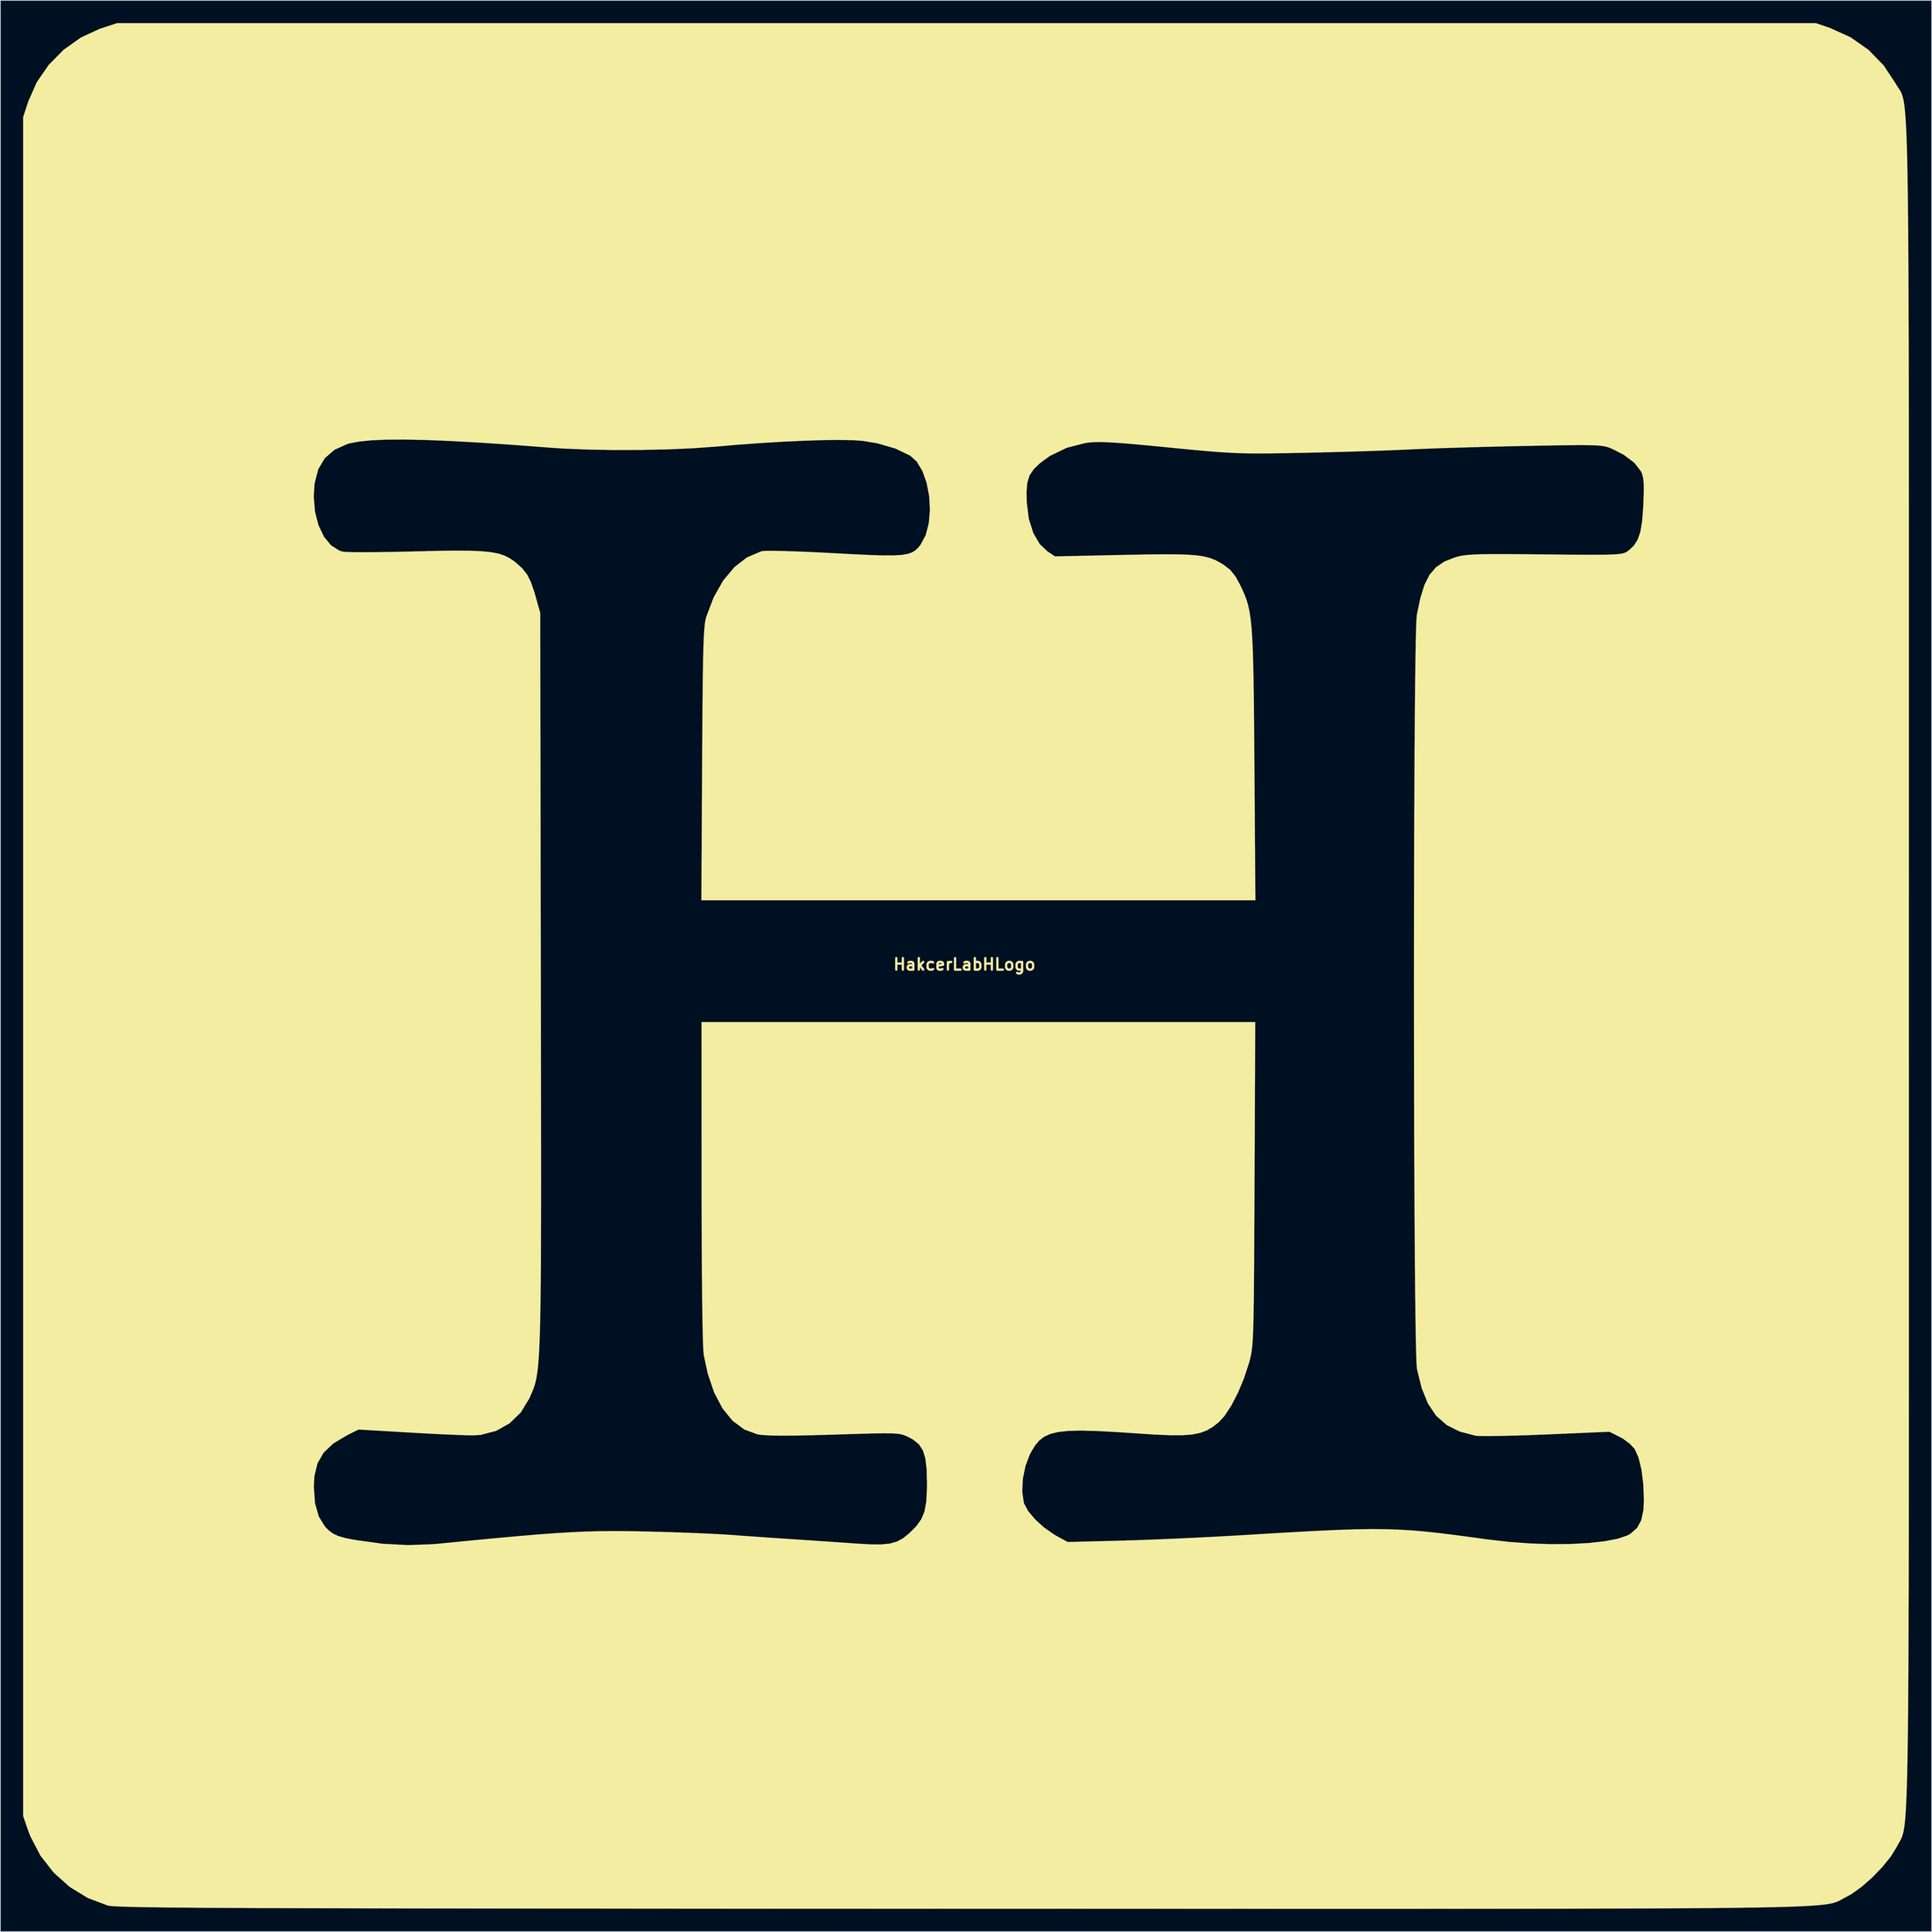
<source format=kicad_pcb>
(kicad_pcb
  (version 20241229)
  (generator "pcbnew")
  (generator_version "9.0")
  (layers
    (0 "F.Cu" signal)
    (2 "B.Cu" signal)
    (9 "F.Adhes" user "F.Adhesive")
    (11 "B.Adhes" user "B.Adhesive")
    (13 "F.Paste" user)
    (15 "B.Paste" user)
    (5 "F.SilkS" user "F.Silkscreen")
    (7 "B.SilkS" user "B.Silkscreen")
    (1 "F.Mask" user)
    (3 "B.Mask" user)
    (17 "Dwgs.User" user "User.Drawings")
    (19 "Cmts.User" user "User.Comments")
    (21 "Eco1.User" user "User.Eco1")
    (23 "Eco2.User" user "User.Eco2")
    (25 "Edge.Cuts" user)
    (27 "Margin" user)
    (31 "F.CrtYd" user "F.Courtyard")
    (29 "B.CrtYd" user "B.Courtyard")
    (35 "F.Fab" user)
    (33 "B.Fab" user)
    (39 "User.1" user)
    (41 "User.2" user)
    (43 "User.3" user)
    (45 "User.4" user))
  (footprint "HakcerLabHLogo"
    (layer "F.Cu")
    (at 124.324 124.324)
    (property "Reference" "HakcerLabHLogo" (at 0 0 0) (layer "F.SilkS") (effects (font (size 1.524 1.524) (thickness 0.3))))
    (attr through_hole)
    (fp_poly (pts (xy 114.354 -123.666) (xy 117.027 -122.456) (xy 119.398 -120.796) (xy 121.409 -118.736) (xy 122.983 -116.356) (xy 123.132 -116.096) (xy 123.271 -115.878) (xy 123.403 -115.685) (xy 123.526 -115.5) (xy 123.641 -115.308) (xy 123.75 -115.09) (xy 123.85 -114.832) (xy 123.944 -114.516) (xy 124.031 -114.126) (xy 124.112 -113.645) (xy 124.186 -113.056) (xy 124.255 -112.344) (xy 124.317 -111.491) (xy 124.374 -110.481) (xy 124.426 -109.298) (xy 124.473 -107.925) (xy 124.515 -106.345) (xy 124.552 -104.542) (xy 124.586 -102.499) (xy 124.615 -100.2) (xy 124.641 -97.628) (xy 124.663 -94.767) (xy 124.681 -91.6) (xy 124.697 -88.11) (xy 124.71 -84.281) (xy 124.721 -80.097) (xy 124.729 -75.541) (xy 124.735 -70.596) (xy 124.74 -65.246) (xy 124.743 -59.474) (xy 124.744 -53.264) (xy 124.745 -46.599) (xy 124.745 -39.463) (xy 124.744 -31.839) (xy 124.744 -23.71) (xy 124.743 -15.06) (xy 124.742 -5.873) (xy 124.742 0.141) (xy 124.742 9.663) (xy 124.743 18.637) (xy 124.744 27.079) (xy 124.744 35.007) (xy 124.744 42.437) (xy 124.744 49.385) (xy 124.743 55.868) (xy 124.74 61.903) (xy 124.737 67.506) (xy 124.732 72.694) (xy 124.725 77.484) (xy 124.716 81.891) (xy 124.705 85.934) (xy 124.692 89.627) (xy 124.676 92.988) (xy 124.657 96.033) (xy 124.635 98.78) (xy 124.609 101.244) (xy 124.58 103.442) (xy 124.547 105.39) (xy 124.511 107.106) (xy 124.469 108.606) (xy 124.424 109.907) (xy 124.374 111.024) (xy 124.318 111.975) (xy 124.258 112.777) (xy 124.192 113.445) (xy 124.121 113.996) (xy 124.043 114.448) (xy 123.96 114.816) (xy 123.87 115.117) (xy 123.774 115.368) (xy 123.671 115.586) (xy 123.561 115.786) (xy 123.443 115.986) (xy 123.319 116.202) (xy 123.186 116.45) (xy 123.133 116.558) (xy 122.362 117.815) (xy 121.238 119.206) (xy 119.901 120.591) (xy 118.49 121.834) (xy 117.144 122.795) (xy 116.509 123.141) (xy 116.238 123.276) (xy 116.007 123.403) (xy 115.798 123.522) (xy 115.596 123.635) (xy 115.383 123.74) (xy 115.143 123.838) (xy 114.859 123.93) (xy 114.516 124.016) (xy 114.095 124.095) (xy 113.581 124.168) (xy 112.957 124.236) (xy 112.207 124.298) (xy 111.313 124.354) (xy 110.26 124.406) (xy 109.031 124.453) (xy 107.608 124.496) (xy 105.976 124.534) (xy 104.118 124.567) (xy 102.017 124.597) (xy 99.657 124.624) (xy 97.02 124.646) (xy 94.092 124.666) (xy 90.854 124.683) (xy 87.291 124.696) (xy 83.385 124.708) (xy 79.12 124.716) (xy 74.48 124.723) (xy 69.448 124.728) (xy 64.008 124.731) (xy 58.142 124.733) (xy 51.834 124.734) (xy 45.068 124.733) (xy 37.826 124.732) (xy 30.093 124.73) (xy 21.852 124.728) (xy 13.086 124.726) (xy 3.779 124.724) (xy 0.011 124.724) (xy -9.564 124.722) (xy -18.591 124.72) (xy -27.085 124.717) (xy -35.063 124.714) (xy -42.54 124.711) (xy -49.532 124.706) (xy -56.054 124.702) (xy -62.124 124.696) (xy -67.756 124.69) (xy -72.968 124.683) (xy -77.773 124.675) (xy -82.189 124.666) (xy -86.232 124.656) (xy -89.917 124.645) (xy -93.26 124.633) (xy -96.277 124.619) (xy -98.984 124.605) (xy -101.397 124.589) (xy -103.532 124.572) (xy -105.405 124.553) (xy -107.031 124.533) (xy -108.427 124.511) (xy -109.608 124.488) (xy -110.59 124.462) (xy -111.39 124.436) (xy -112.023 124.407) (xy -112.505 124.377) (xy -112.852 124.344) (xy -113.079 124.31) (xy -113.139 124.296) (xy -115.778 123.302) (xy -118.184 121.829) (xy -120.294 119.938) (xy -122.043 117.69) (xy -123.369 115.144) (xy -123.666 114.354) (xy -124.319 112.466) (xy -124.319 -61.807) (xy -85.937 -61.807) (xy -85.773 -59.796) (xy -85.309 -57.996) (xy -84.587 -56.484) (xy -83.647 -55.339) (xy -82.53 -54.639) (xy -82.088 -54.51) (xy -81.573 -54.468) (xy -80.572 -54.445) (xy -79.164 -54.44) (xy -77.427 -54.452) (xy -75.439 -54.482) (xy -73.279 -54.528) (xy -72.463 -54.549) (xy -69.604 -54.618) (xy -67.245 -54.649) (xy -65.323 -54.635) (xy -63.776 -54.57) (xy -62.54 -54.447) (xy -61.552 -54.258) (xy -60.75 -53.997) (xy -60.07 -53.657) (xy -59.449 -53.231) (xy -59.285 -53.102) (xy -58.399 -52.307) (xy -57.752 -51.487) (xy -57.247 -50.479) (xy -56.786 -49.118) (xy -56.66 -48.683) (xy -56.023 -46.426) (xy -55.945 2.097) (xy -55.935 8.428) (xy -55.926 14.22) (xy -55.919 19.499) (xy -55.914 24.291) (xy -55.913 28.621) (xy -55.915 32.515) (xy -55.923 35.999) (xy -55.935 39.097) (xy -55.954 41.837) (xy -55.98 44.243) (xy -56.014 46.342) (xy -56.055 48.159) (xy -56.106 49.719) (xy -56.166 51.049) (xy -56.237 52.173) (xy -56.319 53.119) (xy -56.413 53.91) (xy -56.519 54.574) (xy -56.639 55.135) (xy -56.773 55.62) (xy -56.921 56.054) (xy -57.085 56.463) (xy -57.265 56.872) (xy -57.462 57.307) (xy -57.482 57.352) (xy -58.589 59.171) (xy -60.071 60.607) (xy -61.855 61.611) (xy -63.866 62.134) (xy -64.758 62.199) (xy -65.53 62.191) (xy -66.761 62.152) (xy -68.345 62.086) (xy -70.178 61.998) (xy -72.155 61.893) (xy -73.244 61.831) (xy -80.025 61.431) (xy -81.57 62.204) (xy -83.351 63.27) (xy -84.624 64.47) (xy -85.44 65.886) (xy -85.852 67.601) (xy -85.929 69.003) (xy -85.766 71.178) (xy -85.27 72.925) (xy -84.429 74.281) (xy -83.968 74.745) (xy -83.379 75.182) (xy -82.675 75.508) (xy -81.704 75.776) (xy -80.388 76.03) (xy -76.844 76.518) (xy -73.527 76.696) (xy -70.197 76.576) (xy -69.226 76.49) (xy -65.359 76.11) (xy -61.988 75.788) (xy -59.046 75.521) (xy -56.469 75.304) (xy -54.189 75.133) (xy -52.142 75.006) (xy -50.262 74.917) (xy -48.482 74.864) (xy -46.738 74.842) (xy -44.964 74.846) (xy -43.094 74.875) (xy -42.192 74.894) (xy -39.928 74.955) (xy -37.628 75.029) (xy -35.418 75.113) (xy -33.428 75.201) (xy -31.785 75.288) (xy -30.903 75.346) (xy -29.223 75.469) (xy -27.209 75.611) (xy -25.092 75.758) (xy -23.102 75.892) (xy -22.719 75.917) (xy -20.768 76.047) (xy -18.624 76.192) (xy -16.524 76.336) (xy -14.704 76.463) (xy -14.403 76.484) (xy -12.465 76.596) (xy -10.978 76.605) (xy -9.834 76.492) (xy -8.925 76.237) (xy -8.144 75.819) (xy -7.382 75.218) (xy -7.301 75.146) (xy -6.353 74.2) (xy -5.691 73.276) (xy -5.268 72.24) (xy -5.036 70.96) (xy -4.948 69.302) (xy -4.941 68.58) (xy -4.989 66.675) (xy -5.161 65.234) (xy -5.492 64.163) (xy -6.021 63.368) (xy -6.784 62.756) (xy -7.338 62.452) (xy -7.707 62.276) (xy -8.061 62.139) (xy -8.47 62.038) (xy -9 61.971) (xy -9.719 61.935) (xy -10.695 61.928) (xy -11.995 61.948) (xy -13.688 61.992) (xy -15.841 62.057) (xy -17.216 62.101) (xy -20.11 62.183) (xy -22.478 62.229) (xy -24.358 62.238) (xy -25.786 62.209) (xy -26.8 62.143) (xy -27.311 62.07) (xy -29.061 61.428) (xy -30.613 60.276) (xy -31.949 58.638) (xy -33.054 56.539) (xy -33.911 54.001) (xy -34.426 51.556) (xy -34.48 50.936) (xy -34.529 49.785) (xy -34.573 48.135) (xy -34.611 46.02) (xy -34.644 43.472) (xy -34.671 40.523) (xy -34.692 37.208) (xy -34.705 33.559) (xy -34.711 29.608) (xy -34.711 28.716) (xy -34.713 7.62) (xy 38.412 7.62) (xy 38.316 28.998) (xy 38.298 32.981) (xy 38.281 36.441) (xy 38.263 39.419) (xy 38.244 41.957) (xy 38.223 44.097) (xy 38.197 45.879) (xy 38.166 47.345) (xy 38.129 48.538) (xy 38.083 49.497) (xy 38.029 50.265) (xy 37.964 50.883) (xy 37.887 51.393) (xy 37.797 51.835) (xy 37.694 52.252) (xy 37.593 52.619) (xy 36.933 54.645) (xy 36.131 56.569) (xy 35.248 58.275) (xy 34.344 59.644) (xy 33.578 60.477) (xy 32.799 61.085) (xy 32.008 61.548) (xy 31.125 61.879) (xy 30.068 62.087) (xy 28.758 62.184) (xy 27.115 62.182) (xy 25.059 62.091) (xy 22.979 61.956) (xy 19.967 61.756) (xy 17.459 61.624) (xy 15.401 61.572) (xy 13.735 61.611) (xy 12.405 61.752) (xy 11.356 62.005) (xy 10.53 62.382) (xy 9.871 62.894) (xy 9.324 63.551) (xy 8.831 64.365) (xy 8.626 64.758) (xy 8.056 66.262) (xy 7.718 67.951) (xy 7.636 69.615) (xy 7.835 71.045) (xy 7.886 71.212) (xy 8.421 72.209) (xy 9.345 73.307) (xy 10.531 74.381) (xy 11.851 75.303) (xy 12.186 75.495) (xy 13.644 76.288) (xy 20.721 76.107) (xy 22.912 76.04) (xy 25.51 75.941) (xy 28.361 75.818) (xy 31.31 75.678) (xy 34.201 75.528) (xy 36.88 75.374) (xy 36.971 75.369) (xy 40.794 75.138) (xy 44.121 74.946) (xy 47.018 74.792) (xy 49.553 74.679) (xy 51.792 74.607) (xy 53.803 74.578) (xy 55.652 74.593) (xy 57.405 74.653) (xy 59.131 74.759) (xy 60.896 74.913) (xy 62.766 75.115) (xy 64.81 75.368) (xy 67.093 75.672) (xy 69.144 75.954) (xy 71.925 76.274) (xy 74.724 76.478) (xy 77.462 76.568) (xy 80.063 76.548) (xy 82.451 76.421) (xy 84.547 76.19) (xy 86.275 75.857) (xy 87.558 75.426) (xy 87.964 75.204) (xy 88.838 74.43) (xy 89.398 73.408) (xy 89.685 72.037) (xy 89.746 70.72) (xy 89.661 68.602) (xy 89.419 66.708) (xy 89.039 65.148) (xy 88.542 64.029) (xy 88.518 63.992) (xy 87.899 63.324) (xy 87.016 62.665) (xy 86.55 62.402) (xy 85.189 61.726) (xy 76.885 62.08) (xy 74.722 62.165) (xy 72.696 62.229) (xy 70.888 62.272) (xy 69.381 62.292) (xy 68.257 62.288) (xy 67.596 62.258) (xy 67.522 62.248) (xy 65.429 61.702) (xy 63.707 60.844) (xy 62.32 59.627) (xy 61.226 58.008) (xy 60.387 55.942) (xy 59.773 53.432) (xy 59.724 52.892) (xy 59.679 51.824) (xy 59.637 50.264) (xy 59.598 48.249) (xy 59.562 45.813) (xy 59.529 42.995) (xy 59.499 39.829) (xy 59.473 36.352) (xy 59.45 32.601) (xy 59.429 28.612) (xy 59.412 24.42) (xy 59.399 20.062) (xy 59.388 15.574) (xy 59.38 10.993) (xy 59.376 6.354) (xy 59.375 1.695) (xy 59.377 -2.95) (xy 59.382 -7.543) (xy 59.391 -12.049) (xy 59.403 -16.431) (xy 59.418 -20.653) (xy 59.436 -24.678) (xy 59.457 -28.471) (xy 59.482 -31.996) (xy 59.51 -35.216) (xy 59.541 -38.094) (xy 59.576 -40.595) (xy 59.614 -42.683) (xy 59.655 -44.321) (xy 59.699 -45.473) (xy 59.747 -46.102) (xy 59.753 -46.143) (xy 60.216 -48.38) (xy 60.761 -50.128) (xy 61.437 -51.464) (xy 62.294 -52.461) (xy 63.382 -53.196) (xy 64.749 -53.744) (xy 64.749 -53.744) (xy 65.22 -53.879) (xy 65.731 -53.986) (xy 66.346 -54.068) (xy 67.128 -54.127) (xy 68.139 -54.166) (xy 69.443 -54.186) (xy 71.104 -54.19) (xy 73.183 -54.18) (xy 75.744 -54.158) (xy 76.622 -54.149) (xy 79.3 -54.123) (xy 81.472 -54.106) (xy 83.196 -54.101) (xy 84.532 -54.109) (xy 85.536 -54.135) (xy 86.268 -54.179) (xy 86.786 -54.246) (xy 87.148 -54.336) (xy 87.413 -54.454) (xy 87.639 -54.601) (xy 87.677 -54.628) (xy 88.388 -55.269) (xy 88.909 -56.066) (xy 89.274 -57.118) (xy 89.512 -58.519) (xy 89.655 -60.367) (xy 89.674 -60.774) (xy 89.727 -62.322) (xy 89.724 -63.425) (xy 89.656 -64.202) (xy 89.515 -64.77) (xy 89.362 -65.118) (xy 88.489 -66.249) (xy 87.1 -67.295) (xy 85.639 -68.051) (xy 85.261 -68.213) (xy 84.893 -68.342) (xy 84.472 -68.441) (xy 83.936 -68.513) (xy 83.224 -68.559) (xy 82.273 -68.582) (xy 81.023 -68.585) (xy 79.41 -68.569) (xy 77.373 -68.536) (xy 74.851 -68.489) (xy 74.084 -68.475) (xy 71.464 -68.42) (xy 68.78 -68.354) (xy 66.146 -68.282) (xy 63.673 -68.206) (xy 61.475 -68.13) (xy 59.663 -68.057) (xy 58.843 -68.018) (xy 57.207 -67.942) (xy 55.136 -67.862) (xy 52.76 -67.781) (xy 50.209 -67.704) (xy 47.612 -67.633) (xy 45.099 -67.575) (xy 44.873 -67.57) (xy 42.365 -67.52) (xy 40.29 -67.489) (xy 38.529 -67.482) (xy 36.962 -67.502) (xy 35.47 -67.555) (xy 33.935 -67.645) (xy 32.235 -67.777) (xy 30.253 -67.956) (xy 27.869 -68.187) (xy 26.958 -68.277) (xy 24.354 -68.53) (xy 22.24 -68.724) (xy 20.548 -68.863) (xy 19.208 -68.951) (xy 18.149 -68.991) (xy 17.303 -68.987) (xy 16.598 -68.943) (xy 15.988 -68.866) (xy 13.514 -68.232) (xy 11.291 -67.158) (xy 9.977 -66.2) (xy 9.141 -65.389) (xy 8.598 -64.569) (xy 8.302 -63.597) (xy 8.203 -62.33) (xy 8.235 -61.003) (xy 8.508 -58.843) (xy 9.089 -56.989) (xy 9.946 -55.515) (xy 10.989 -54.532) (xy 11.958 -53.89) (xy 21.014 -54.082) (xy 23.811 -54.136) (xy 26.111 -54.163) (xy 27.977 -54.158) (xy 29.476 -54.113) (xy 30.674 -54.022) (xy 31.636 -53.879) (xy 32.428 -53.676) (xy 33.115 -53.409) (xy 33.763 -53.069) (xy 34.242 -52.777) (xy 35.116 -52.097) (xy 35.816 -51.214) (xy 36.379 -50.19) (xy 36.719 -49.483) (xy 37.013 -48.814) (xy 37.265 -48.138) (xy 37.478 -47.409) (xy 37.656 -46.582) (xy 37.803 -45.61) (xy 37.923 -44.448) (xy 38.018 -43.051) (xy 38.094 -41.373) (xy 38.152 -39.368) (xy 38.198 -36.99) (xy 38.235 -34.195) (xy 38.266 -30.936) (xy 38.295 -27.168) (xy 38.301 -26.317) (xy 38.429 -8.467) (xy -34.74 -8.467) (xy -34.641 -26.458) (xy -34.619 -30.175) (xy -34.595 -33.371) (xy -34.57 -36.087) (xy -34.542 -38.367) (xy -34.509 -40.254) (xy -34.47 -41.791) (xy -34.425 -43.019) (xy -34.371 -43.982) (xy -34.308 -44.723) (xy -34.235 -45.284) (xy -34.149 -45.708) (xy -34.095 -45.907) (xy -33.103 -48.504) (xy -31.854 -50.703) (xy -30.379 -52.467) (xy -28.71 -53.758) (xy -26.878 -54.54) (xy -26.691 -54.588) (xy -26.208 -54.622) (xy -25.239 -54.625) (xy -23.861 -54.596) (xy -22.151 -54.54) (xy -20.187 -54.459) (xy -18.046 -54.353) (xy -17.271 -54.312) (xy -14.591 -54.168) (xy -12.412 -54.067) (xy -10.674 -54.016) (xy -9.316 -54.019) (xy -8.277 -54.082) (xy -7.496 -54.212) (xy -6.911 -54.414) (xy -6.462 -54.694) (xy -6.087 -55.058) (xy -5.802 -55.41) (xy -5.114 -56.688) (xy -4.702 -58.265) (xy -4.553 -60.02) (xy -4.651 -61.832) (xy -4.983 -63.582) (xy -5.536 -65.148) (xy -6.295 -66.41) (xy -7.159 -67.195) (xy -9.105 -68.129) (xy -11.46 -68.816) (xy -13.358 -69.139) (xy -14.661 -69.235) (xy -16.452 -69.27) (xy -18.658 -69.246) (xy -21.206 -69.166) (xy -24.024 -69.033) (xy -27.039 -68.849) (xy -30.178 -68.617) (xy -32.879 -68.385) (xy -35.818 -68.173) (xy -39.146 -68.027) (xy -42.693 -67.949) (xy -46.291 -67.94) (xy -49.773 -68.001) (xy -52.968 -68.132) (xy -54.751 -68.251) (xy -59.621 -68.621) (xy -63.955 -68.912) (xy -67.777 -69.126) (xy -71.109 -69.263) (xy -73.975 -69.324) (xy -76.398 -69.307) (xy -78.401 -69.216) (xy -80.007 -69.048) (xy -81.24 -68.806) (xy -81.496 -68.733) (xy -83.194 -67.974) (xy -84.473 -66.868) (xy -85.346 -65.392) (xy -85.826 -63.526) (xy -85.937 -61.807) (xy -124.319 -61.807) (xy -124.319 -111.901) (xy -123.638 -113.981) (xy -122.526 -116.496) (xy -120.948 -118.792) (xy -118.983 -120.787) (xy -116.711 -122.403) (xy -114.212 -123.56) (xy -113.981 -123.638) (xy -111.901 -124.319) (xy 112.466 -124.319) (xy 114.354 -123.666)) (stroke (width 0.01) (type solid)) (fill yes) (layer "F.SilkS")))
  (gr_rect
    (start -3 -3)
    (end 252.074 252.063)
    (stroke (width 0.1) (type default))
    (fill no)
    (layer "Edge.Cuts")))
</source>
